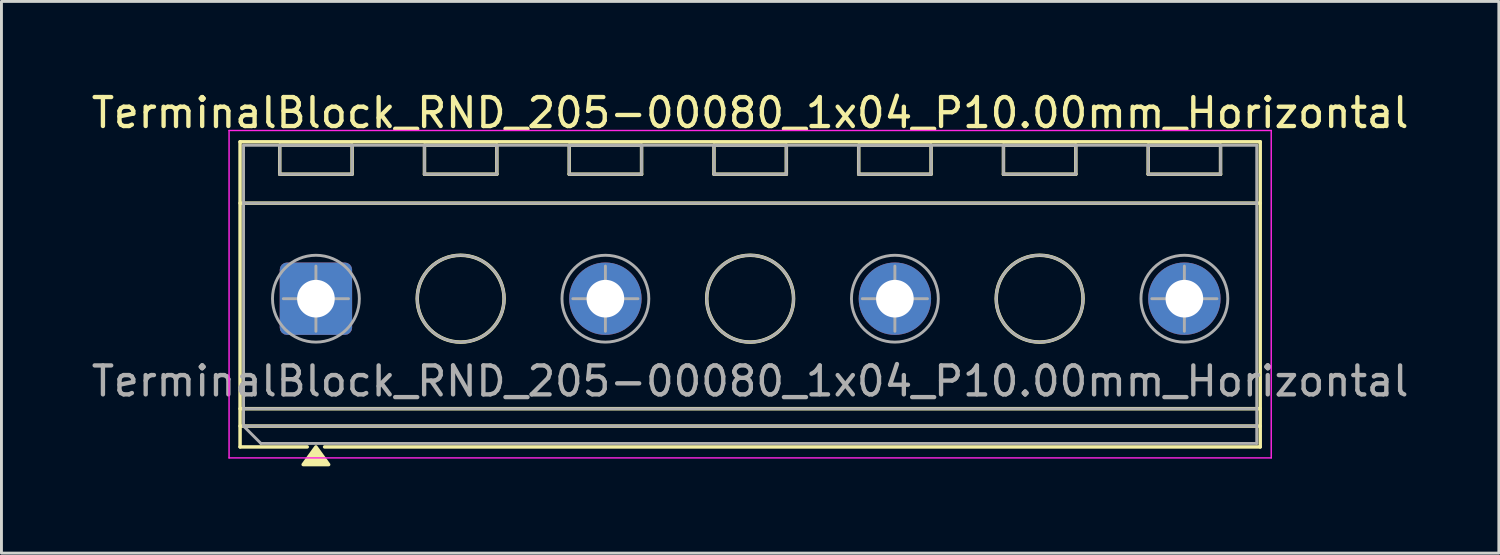
<source format=kicad_pcb>
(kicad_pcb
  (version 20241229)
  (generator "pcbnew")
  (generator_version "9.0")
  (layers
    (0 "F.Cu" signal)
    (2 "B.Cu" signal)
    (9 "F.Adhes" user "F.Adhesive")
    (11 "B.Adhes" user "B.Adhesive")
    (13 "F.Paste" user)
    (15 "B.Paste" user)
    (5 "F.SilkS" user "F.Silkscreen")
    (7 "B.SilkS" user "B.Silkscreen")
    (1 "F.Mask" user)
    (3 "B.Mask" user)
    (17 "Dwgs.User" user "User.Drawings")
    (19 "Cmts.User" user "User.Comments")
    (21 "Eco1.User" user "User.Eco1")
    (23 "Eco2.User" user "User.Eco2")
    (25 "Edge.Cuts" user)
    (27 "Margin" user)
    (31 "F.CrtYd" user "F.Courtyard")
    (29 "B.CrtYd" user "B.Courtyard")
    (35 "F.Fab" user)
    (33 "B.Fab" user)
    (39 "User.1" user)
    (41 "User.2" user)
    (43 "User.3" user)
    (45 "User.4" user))
  (footprint "TerminalBlock_RND_205-00080_1x04_P10.00mm_Horizontal"
    (layer "F.Cu")
    (at 7.863 7.268)
    (property "Reference" "TerminalBlock_RND_205-00080_1x04_P10.00mm_Horizontal" (at 15 -6.42 0) (layer "F.SilkS") (effects (font (size 1 1) (thickness 0.15))))
    (attr through_hole)
    (fp_line (start -2.62 -5.42) (end 32.62 -5.42) (stroke (width 0.12) (type solid)) (layer "F.SilkS"))
    (fp_line (start -2.62 -3.3) (end 32.62 -3.3) (stroke (width 0.12) (type solid)) (layer "F.SilkS"))
    (fp_line (start -2.62 3.8) (end 32.62 3.8) (stroke (width 0.12) (type solid)) (layer "F.SilkS"))
    (fp_line (start -2.62 4.4) (end 32.62 4.4) (stroke (width 0.12) (type solid)) (layer "F.SilkS"))
    (fp_line (start -2.62 5.12) (end -2.62 -5.42) (stroke (width 0.12) (type solid)) (layer "F.SilkS"))
    (fp_line (start -1.25 -5.3) (end 1.25 -5.3) (stroke (width 0.12) (type solid)) (layer "F.SilkS"))
    (fp_line (start -1.25 -4.3) (end -1.25 -5.3) (stroke (width 0.12) (type solid)) (layer "F.SilkS"))
    (fp_line (start -0.3 5.12) (end -2.62 5.12) (stroke (width 0.12) (type solid)) (layer "F.SilkS"))
    (fp_line (start 1.25 -5.3) (end 1.25 -4.3) (stroke (width 0.12) (type solid)) (layer "F.SilkS"))
    (fp_line (start 1.25 -4.3) (end -1.25 -4.3) (stroke (width 0.12) (type solid)) (layer "F.SilkS"))
    (fp_line (start 3.75 -5.3) (end 6.25 -5.3) (stroke (width 0.12) (type solid)) (layer "F.SilkS"))
    (fp_line (start 3.75 -4.3) (end 3.75 -5.3) (stroke (width 0.12) (type solid)) (layer "F.SilkS"))
    (fp_line (start 6.25 -5.3) (end 6.25 -4.3) (stroke (width 0.12) (type solid)) (layer "F.SilkS"))
    (fp_line (start 6.25 -4.3) (end 3.75 -4.3) (stroke (width 0.12) (type solid)) (layer "F.SilkS"))
    (fp_line (start 8.75 -5.3) (end 11.25 -5.3) (stroke (width 0.12) (type solid)) (layer "F.SilkS"))
    (fp_line (start 8.75 -4.3) (end 8.75 -5.3) (stroke (width 0.12) (type solid)) (layer "F.SilkS"))
    (fp_line (start 11.25 -5.3) (end 11.25 -4.3) (stroke (width 0.12) (type solid)) (layer "F.SilkS"))
    (fp_line (start 11.25 -4.3) (end 8.75 -4.3) (stroke (width 0.12) (type solid)) (layer "F.SilkS"))
    (fp_line (start 13.75 -5.3) (end 16.25 -5.3) (stroke (width 0.12) (type solid)) (layer "F.SilkS"))
    (fp_line (start 13.75 -4.3) (end 13.75 -5.3) (stroke (width 0.12) (type solid)) (layer "F.SilkS"))
    (fp_line (start 16.25 -5.3) (end 16.25 -4.3) (stroke (width 0.12) (type solid)) (layer "F.SilkS"))
    (fp_line (start 16.25 -4.3) (end 13.75 -4.3) (stroke (width 0.12) (type solid)) (layer "F.SilkS"))
    (fp_line (start 18.75 -5.3) (end 21.25 -5.3) (stroke (width 0.12) (type solid)) (layer "F.SilkS"))
    (fp_line (start 18.75 -4.3) (end 18.75 -5.3) (stroke (width 0.12) (type solid)) (layer "F.SilkS"))
    (fp_line (start 21.25 -5.3) (end 21.25 -4.3) (stroke (width 0.12) (type solid)) (layer "F.SilkS"))
    (fp_line (start 21.25 -4.3) (end 18.75 -4.3) (stroke (width 0.12) (type solid)) (layer "F.SilkS"))
    (fp_line (start 23.75 -5.3) (end 26.25 -5.3) (stroke (width 0.12) (type solid)) (layer "F.SilkS"))
    (fp_line (start 23.75 -4.3) (end 23.75 -5.3) (stroke (width 0.12) (type solid)) (layer "F.SilkS"))
    (fp_line (start 26.25 -5.3) (end 26.25 -4.3) (stroke (width 0.12) (type solid)) (layer "F.SilkS"))
    (fp_line (start 26.25 -4.3) (end 23.75 -4.3) (stroke (width 0.12) (type solid)) (layer "F.SilkS"))
    (fp_line (start 28.75 -5.3) (end 31.25 -5.3) (stroke (width 0.12) (type solid)) (layer "F.SilkS"))
    (fp_line (start 28.75 -4.3) (end 28.75 -5.3) (stroke (width 0.12) (type solid)) (layer "F.SilkS"))
    (fp_line (start 31.25 -5.3) (end 31.25 -4.3) (stroke (width 0.12) (type solid)) (layer "F.SilkS"))
    (fp_line (start 31.25 -4.3) (end 28.75 -4.3) (stroke (width 0.12) (type solid)) (layer "F.SilkS"))
    (fp_line (start 32.62 -5.42) (end 32.62 5.12) (stroke (width 0.12) (type solid)) (layer "F.SilkS"))
    (fp_line (start 32.62 5.12) (end 0.3 5.12) (stroke (width 0.12) (type solid)) (layer "F.SilkS"))
    (fp_circle (center 5 0) (end 6.5 0) (stroke (width 0.12) (type solid)) (fill no) (layer "F.SilkS"))
    (fp_circle (center 15 0) (end 16.5 0) (stroke (width 0.12) (type solid)) (fill no) (layer "F.SilkS"))
    (fp_circle (center 25 0) (end 26.5 0) (stroke (width 0.12) (type solid)) (fill no) (layer "F.SilkS"))
    (fp_poly (pts (xy 0 5.12) (xy 0.44 5.73) (xy -0.44 5.73)) (stroke (width 0.12) (type solid)) (fill yes) (layer "F.SilkS"))
    (fp_line (start -3 -5.81) (end -3 5.5) (stroke (width 0.05) (type solid)) (layer "F.CrtYd"))
    (fp_line (start -3 5.5) (end 33 5.5) (stroke (width 0.05) (type solid)) (layer "F.CrtYd"))
    (fp_line (start 33 -5.81) (end -3 -5.81) (stroke (width 0.05) (type solid)) (layer "F.CrtYd"))
    (fp_line (start 33 5.5) (end 33 -5.81) (stroke (width 0.05) (type solid)) (layer "F.CrtYd"))
    (fp_line (start -2.5 -5.3) (end 32.5 -5.3) (stroke (width 0.1) (type solid)) (layer "F.Fab"))
    (fp_line (start -2.5 -3.3) (end 32.5 -3.3) (stroke (width 0.1) (type solid)) (layer "F.Fab"))
    (fp_line (start -2.5 3.8) (end 32.5 3.8) (stroke (width 0.1) (type solid)) (layer "F.Fab"))
    (fp_line (start -2.5 4.4) (end -2.5 -5.3) (stroke (width 0.1) (type solid)) (layer "F.Fab"))
    (fp_line (start -2.5 4.4) (end 32.5 4.4) (stroke (width 0.1) (type solid)) (layer "F.Fab"))
    (fp_line (start -1.9 5) (end -2.5 4.4) (stroke (width 0.1) (type solid)) (layer "F.Fab"))
    (fp_line (start -1.25 -5.3) (end -1.25 -4.3) (stroke (width 0.1) (type solid)) (layer "F.Fab"))
    (fp_line (start -1.25 -4.3) (end 1.25 -4.3) (stroke (width 0.1) (type solid)) (layer "F.Fab"))
    (fp_line (start -1.125 0) (end 1.125 0) (stroke (width 0.1) (type solid)) (layer "F.Fab"))
    (fp_line (start 0 -1.125) (end 0 1.125) (stroke (width 0.1) (type solid)) (layer "F.Fab"))
    (fp_line (start 1.25 -5.3) (end -1.25 -5.3) (stroke (width 0.1) (type solid)) (layer "F.Fab"))
    (fp_line (start 1.25 -4.3) (end 1.25 -5.3) (stroke (width 0.1) (type solid)) (layer "F.Fab"))
    (fp_line (start 3.75 -5.3) (end 3.75 -4.3) (stroke (width 0.1) (type solid)) (layer "F.Fab"))
    (fp_line (start 3.75 -4.3) (end 6.25 -4.3) (stroke (width 0.1) (type solid)) (layer "F.Fab"))
    (fp_line (start 6.25 -5.3) (end 3.75 -5.3) (stroke (width 0.1) (type solid)) (layer "F.Fab"))
    (fp_line (start 6.25 -4.3) (end 6.25 -5.3) (stroke (width 0.1) (type solid)) (layer "F.Fab"))
    (fp_line (start 8.75 -5.3) (end 8.75 -4.3) (stroke (width 0.1) (type solid)) (layer "F.Fab"))
    (fp_line (start 8.75 -4.3) (end 11.25 -4.3) (stroke (width 0.1) (type solid)) (layer "F.Fab"))
    (fp_line (start 8.875 0) (end 11.125 0) (stroke (width 0.1) (type solid)) (layer "F.Fab"))
    (fp_line (start 10 -1.125) (end 10 1.125) (stroke (width 0.1) (type solid)) (layer "F.Fab"))
    (fp_line (start 11.25 -5.3) (end 8.75 -5.3) (stroke (width 0.1) (type solid)) (layer "F.Fab"))
    (fp_line (start 11.25 -4.3) (end 11.25 -5.3) (stroke (width 0.1) (type solid)) (layer "F.Fab"))
    (fp_line (start 13.75 -5.3) (end 13.75 -4.3) (stroke (width 0.1) (type solid)) (layer "F.Fab"))
    (fp_line (start 13.75 -4.3) (end 16.25 -4.3) (stroke (width 0.1) (type solid)) (layer "F.Fab"))
    (fp_line (start 16.25 -5.3) (end 13.75 -5.3) (stroke (width 0.1) (type solid)) (layer "F.Fab"))
    (fp_line (start 16.25 -4.3) (end 16.25 -5.3) (stroke (width 0.1) (type solid)) (layer "F.Fab"))
    (fp_line (start 18.75 -5.3) (end 18.75 -4.3) (stroke (width 0.1) (type solid)) (layer "F.Fab"))
    (fp_line (start 18.75 -4.3) (end 21.25 -4.3) (stroke (width 0.1) (type solid)) (layer "F.Fab"))
    (fp_line (start 18.875 0) (end 21.125 0) (stroke (width 0.1) (type solid)) (layer "F.Fab"))
    (fp_line (start 20 -1.125) (end 20 1.125) (stroke (width 0.1) (type solid)) (layer "F.Fab"))
    (fp_line (start 21.25 -5.3) (end 18.75 -5.3) (stroke (width 0.1) (type solid)) (layer "F.Fab"))
    (fp_line (start 21.25 -4.3) (end 21.25 -5.3) (stroke (width 0.1) (type solid)) (layer "F.Fab"))
    (fp_line (start 23.75 -5.3) (end 23.75 -4.3) (stroke (width 0.1) (type solid)) (layer "F.Fab"))
    (fp_line (start 23.75 -4.3) (end 26.25 -4.3) (stroke (width 0.1) (type solid)) (layer "F.Fab"))
    (fp_line (start 26.25 -5.3) (end 23.75 -5.3) (stroke (width 0.1) (type solid)) (layer "F.Fab"))
    (fp_line (start 26.25 -4.3) (end 26.25 -5.3) (stroke (width 0.1) (type solid)) (layer "F.Fab"))
    (fp_line (start 28.75 -5.3) (end 28.75 -4.3) (stroke (width 0.1) (type solid)) (layer "F.Fab"))
    (fp_line (start 28.75 -4.3) (end 31.25 -4.3) (stroke (width 0.1) (type solid)) (layer "F.Fab"))
    (fp_line (start 28.875 0) (end 31.125 0) (stroke (width 0.1) (type solid)) (layer "F.Fab"))
    (fp_line (start 30 -1.125) (end 30 1.125) (stroke (width 0.1) (type solid)) (layer "F.Fab"))
    (fp_line (start 31.25 -5.3) (end 28.75 -5.3) (stroke (width 0.1) (type solid)) (layer "F.Fab"))
    (fp_line (start 31.25 -4.3) (end 31.25 -5.3) (stroke (width 0.1) (type solid)) (layer "F.Fab"))
    (fp_line (start 32.5 -5.3) (end 32.5 5) (stroke (width 0.1) (type solid)) (layer "F.Fab"))
    (fp_line (start 32.5 5) (end -1.9 5) (stroke (width 0.1) (type solid)) (layer "F.Fab"))
    (fp_circle (center 0 0) (end 1.5 0) (stroke (width 0.1) (type solid)) (fill no) (layer "F.Fab"))
    (fp_circle (center 5 0) (end 6.5 0) (stroke (width 0.1) (type solid)) (fill no) (layer "F.Fab"))
    (fp_circle (center 10 0) (end 11.5 0) (stroke (width 0.1) (type solid)) (fill no) (layer "F.Fab"))
    (fp_circle (center 15 0) (end 16.5 0) (stroke (width 0.1) (type solid)) (fill no) (layer "F.Fab"))
    (fp_circle (center 20 0) (end 21.5 0) (stroke (width 0.1) (type solid)) (fill no) (layer "F.Fab"))
    (fp_circle (center 25 0) (end 26.5 0) (stroke (width 0.1) (type solid)) (fill no) (layer "F.Fab"))
    (fp_circle (center 30 0) (end 31.5 0) (stroke (width 0.1) (type solid)) (fill no) (layer "F.Fab"))
    (fp_text user "${REFERENCE}" (at 15 2.85 0) (layer "F.Fab") (effects (font (size 1 1) (thickness 0.15))))
    (pad "1" thru_hole roundrect (at 0 0) (size 2.5 2.5) (drill 1.3) (layers "*.Cu" "*.Mask") (roundrect_rratio 0.1))
    (pad "2" thru_hole circle (at 10 0) (size 2.5 2.5) (drill 1.3) (layers "*.Cu" "*.Mask"))
    (pad "3" thru_hole circle (at 20 0) (size 2.5 2.5) (drill 1.3) (layers "*.Cu" "*.Mask"))
    (pad "4" thru_hole circle (at 30 0) (size 2.5 2.5) (drill 1.3) (layers "*.Cu" "*.Mask")))
  (gr_rect
    (start -3 -3)
    (end 48.726 16.058)
    (stroke (width 0.1) (type default))
    (fill no)
    (layer "Edge.Cuts")))
</source>
